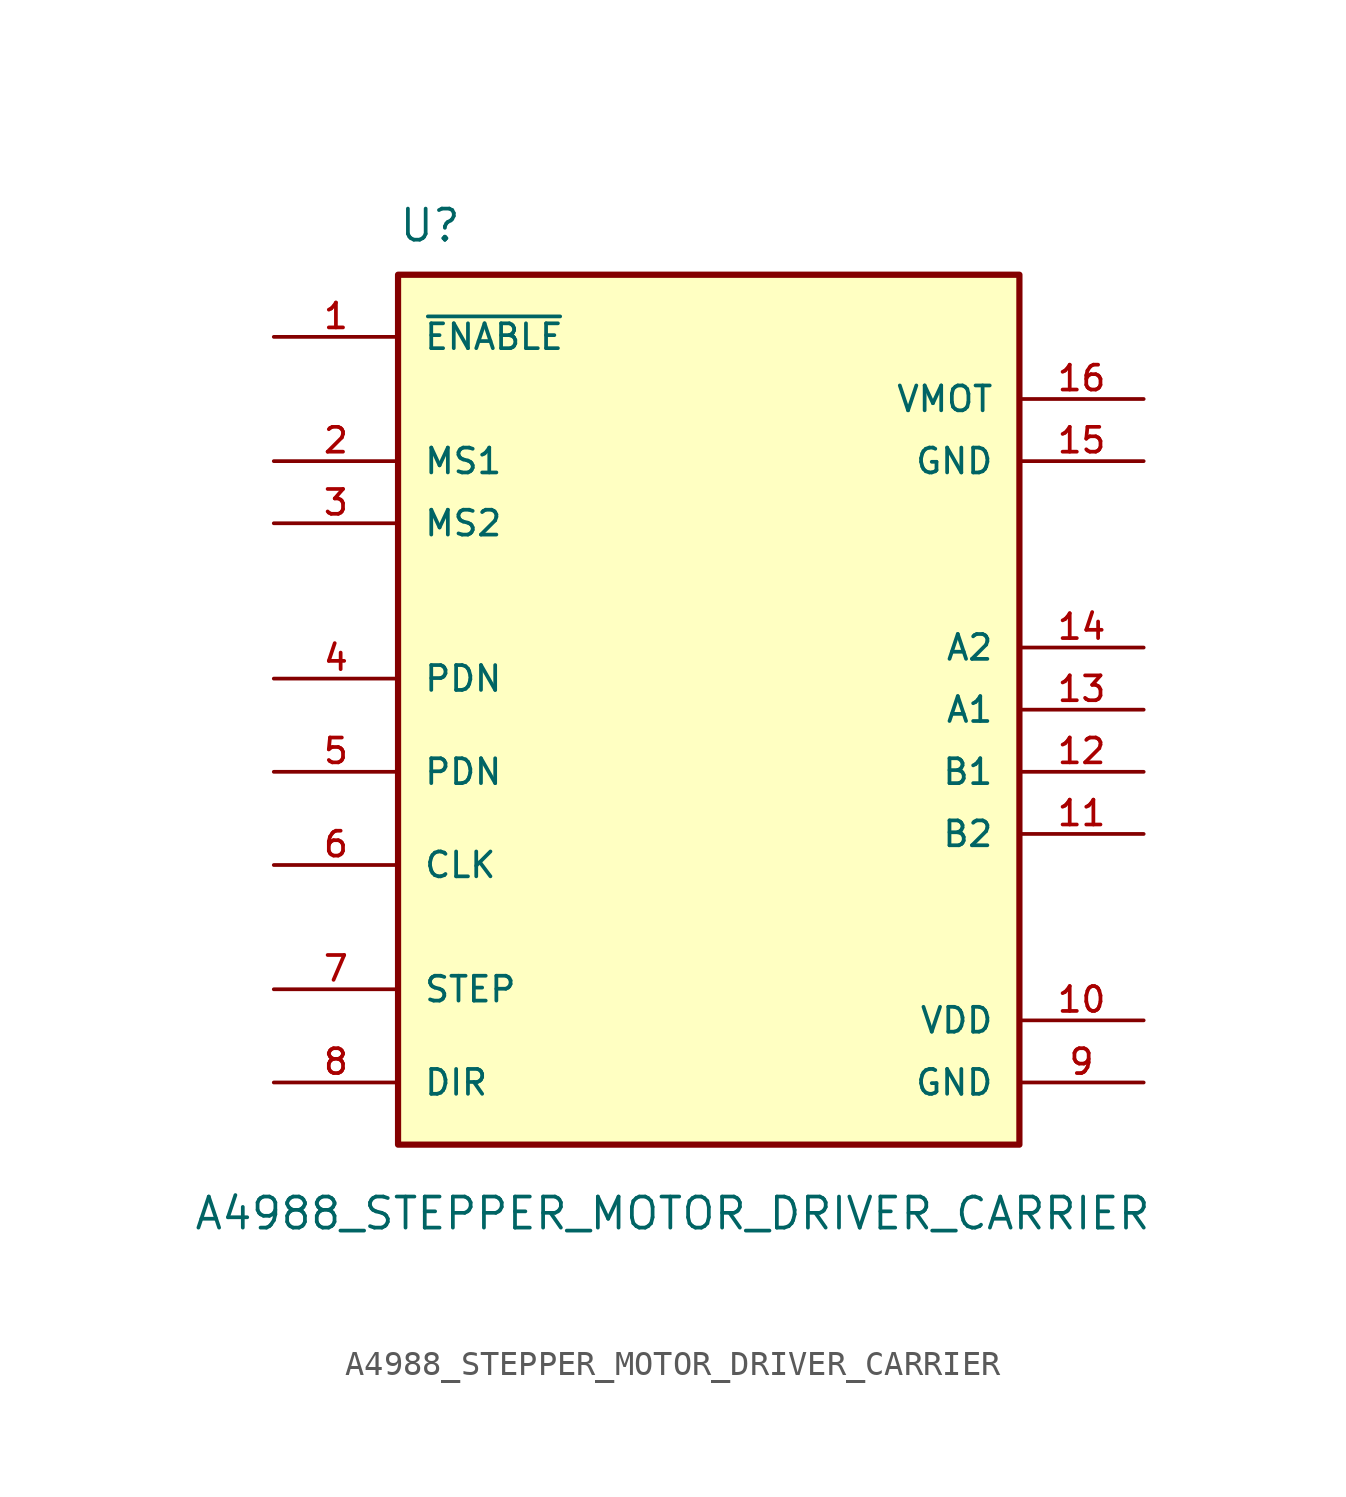
<source format=kicad_sym>
(kicad_symbol_lib
  (version 20231120)
  (generator "kicad_symbol_editor")
  (generator_version "8.0")
  (symbol "A4988_STEPPER_MOTOR_DRIVER_CARRIER"
    (pin_names
      (offset 1.016))
    (property "Reference" "U"
      (at -12.7 19.05 0)
      (effects (font (size 1.27 1.27)) (justify left bottom)))
    (property "Value" "A4988_STEPPER_MOTOR_DRIVER_CARRIER"
      (at -21.082 -21.336 0)
      (effects (font (size 1.27 1.27)) (justify left bottom)))
    (symbol "A4988_STEPPER_MOTOR_DRIVER_CARRIER_0_0"
      (rectangle (start -12.7 17.78) (end 12.7 -17.78) (stroke (width 0.254) (type default)) (fill (type background)))
      (pin input line (at -17.78 15.24 0) (length 5.08) (name "~{ENABLE}" (effects (font (size 1.016 1.016)))) (number "1" (effects (font (size 1.016 1.016)))))
      (pin power_in line (at 17.78 -12.7 180) (length 5.08) (name "VDD" (effects (font (size 1.016 1.016)))) (number "10" (effects (font (size 1.016 1.016)))))
      (pin power_in line (at 17.78 10.16 180) (length 5.08) (name "GND" (effects (font (size 1.016 1.016)))) (number "15" (effects (font (size 1.016 1.016)))))
      (pin power_in line (at 17.78 12.7 180) (length 5.08) (name "VMOT" (effects (font (size 1.016 1.016)))) (number "16" (effects (font (size 1.016 1.016)))))
      (pin input line (at -17.78 10.16 0) (length 5.08) (name "MS1" (effects (font (size 1.016 1.016)))) (number "2" (effects (font (size 1.016 1.016)))))
      (pin input line (at -17.78 7.62 0) (length 5.08) (name "MS2" (effects (font (size 1.016 1.016)))) (number "3" (effects (font (size 1.016 1.016)))))
      (pin input line (at -17.78 -11.43 0) (length 5.08) (name "STEP" (effects (font (size 1.016 1.016)))) (number "7" (effects (font (size 1.016 1.016)))))
      (pin input line (at -17.78 -15.24 0) (length 5.08) (name "DIR" (effects (font (size 1.016 1.016)))) (number "8" (effects (font (size 1.016 1.016)))))
      (pin power_in line (at 17.78 -15.24 180) (length 5.08) (name "GND" (effects (font (size 1.016 1.016)))) (number "9" (effects (font (size 1.016 1.016))))))
    (symbol "A4988_STEPPER_MOTOR_DRIVER_CARRIER_1_0"
      (pin output line (at 17.78 -5.08 180) (length 5.08) (name "B2" (effects (font (size 1.016 1.016)))) (number "11" (effects (font (size 1.016 1.016)))))
      (pin output line (at 17.78 -2.54 180) (length 5.08) (name "B1" (effects (font (size 1.016 1.016)))) (number "12" (effects (font (size 1.016 1.016)))))
      (pin output line (at 17.78 0 180) (length 5.08) (name "A1" (effects (font (size 1.016 1.016)))) (number "13" (effects (font (size 1.016 1.016)))))
      (pin output line (at 17.78 2.54 180) (length 5.08) (name "A2" (effects (font (size 1.016 1.016)))) (number "14" (effects (font (size 1.016 1.016)))))
      (pin input line (at -17.78 1.27 0) (length 5.08) (name "PDN" (effects (font (size 1.016 1.016)))) (number "4" (effects (font (size 1.016 1.016)))))
      (pin input line (at -17.78 -2.54 0) (length 5.08) (name "PDN" (effects (font (size 1.016 1.016)))) (number "5" (effects (font (size 1.016 1.016)))))
      (pin input line (at -17.78 -6.35 0) (length 5.08) (name "CLK" (effects (font (size 1.016 1.016)))) (number "6" (effects (font (size 1.016 1.016))))))))
</source>
